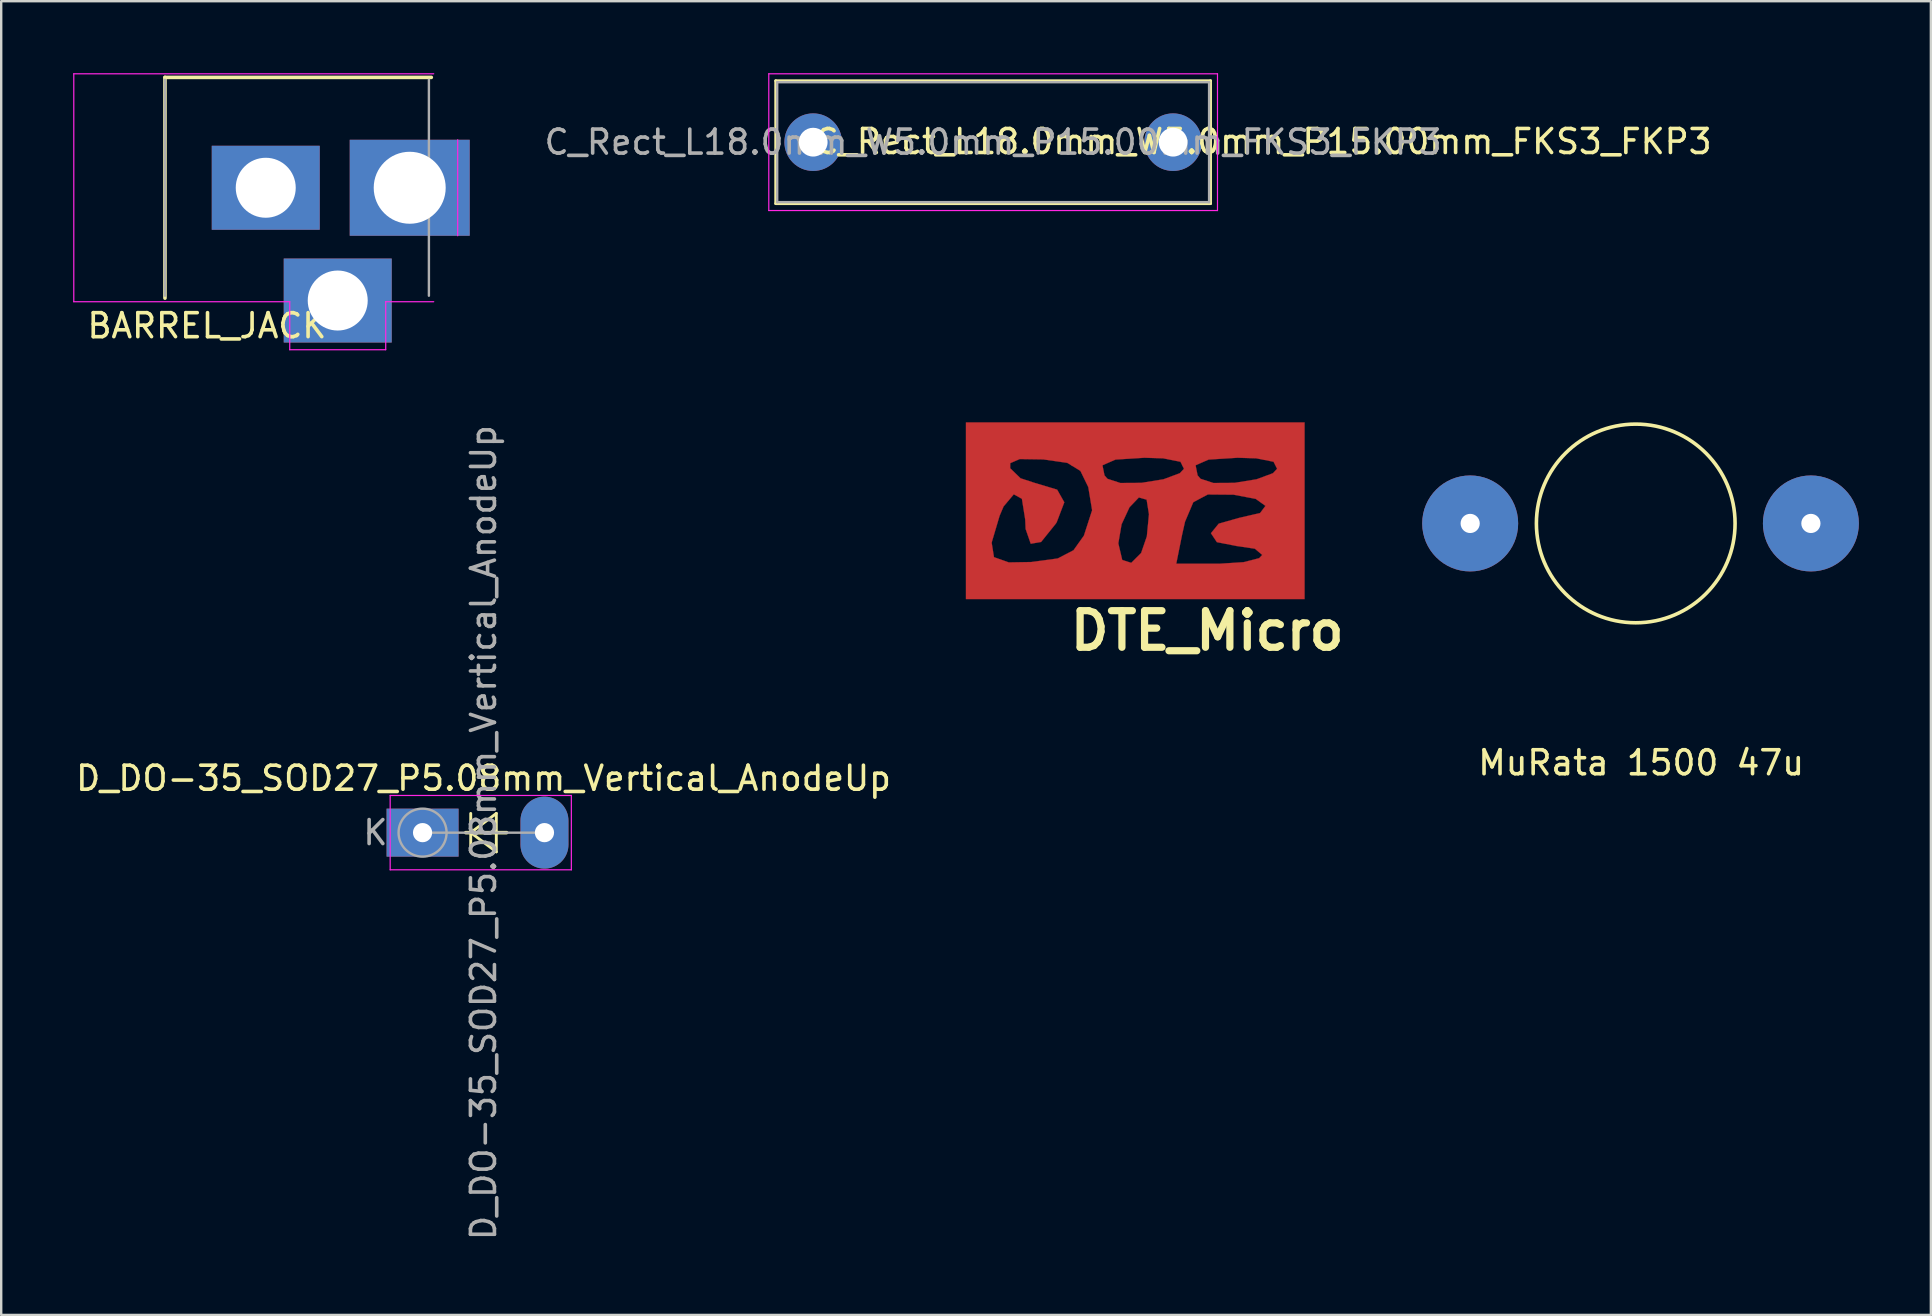
<source format=kicad_pcb>
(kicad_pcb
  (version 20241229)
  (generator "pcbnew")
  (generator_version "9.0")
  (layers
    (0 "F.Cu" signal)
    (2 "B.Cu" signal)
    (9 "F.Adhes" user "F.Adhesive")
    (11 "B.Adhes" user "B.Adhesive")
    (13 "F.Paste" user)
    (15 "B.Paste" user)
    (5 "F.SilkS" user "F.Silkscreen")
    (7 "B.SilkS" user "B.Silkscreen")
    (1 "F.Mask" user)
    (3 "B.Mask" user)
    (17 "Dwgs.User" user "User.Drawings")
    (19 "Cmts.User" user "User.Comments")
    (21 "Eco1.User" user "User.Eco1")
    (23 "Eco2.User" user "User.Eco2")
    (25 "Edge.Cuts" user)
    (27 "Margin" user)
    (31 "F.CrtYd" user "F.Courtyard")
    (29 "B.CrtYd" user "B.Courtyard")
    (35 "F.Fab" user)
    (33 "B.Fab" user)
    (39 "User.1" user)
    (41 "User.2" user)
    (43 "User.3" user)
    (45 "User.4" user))
  (footprint "DTE_Micro"
    (layer "F.Cu")
    (at 44.263 18.236)
    (property "Reference" "DTE_Micro" (at 3 5 0) (layer "F.SilkS") (effects (font (size 1.524 1.524) (thickness 0.3))))
    (attr through_hole)
    (fp_poly (pts (xy 7.056 3.681) (xy -7.056 3.681) (xy -7.056 2.209) (xy 1.708 2.209) (xy 3.5 2.209) (xy 4.515 2.143) (xy 5.165 1.976) (xy 5.292 1.841) (xy 4.985 1.582) (xy 4.247 1.472) (xy 4.233 1.472) (xy 3.401 1.308) (xy 3.154 0.936) (xy 3.479 0.538) (xy 4.322 0.299) (xy 5.202 0.095) (xy 5.427 -0.203) (xy 5.019 -0.495) (xy 4.099 -0.669) (xy 3.023 -0.678) (xy 2.419 -0.357) (xy 2.073 0.459) (xy 1.949 1.012) (xy 1.708 2.209) (xy -7.056 2.209) (xy -7.056 1.328) (xy -5.985 1.328) (xy -5.888 1.934) (xy -5.271 2.153) (xy -4.333 2.137) (xy -3.23 1.988) (xy -2.574 1.646) (xy -2.369 1.359) (xy -0.706 1.359) (xy -0.542 2.052) (xy -0.167 2.171) (xy 0.244 1.761) (xy 0.483 1.067) (xy 0.571 0.147) (xy 0.474 -0.461) (xy 0.474 -0.462) (xy 0.151 -0.554) (xy -0.24 -0.145) (xy -0.57 0.565) (xy -0.706 1.359) (xy -2.369 1.359) (xy -2.14 1.037) (xy -1.798 -0.021) (xy -1.958 -0.987) (xy -2.286 -1.661) (xy -2.667 -1.895) (xy -1.367 -1.895) (xy -1.282 -1.475) (xy -1.159 -1.332) (xy -0.624 -1.157) (xy 0.252 -1.162) (xy 1.178 -1.312) (xy 1.86 -1.566) (xy 2.03 -1.749) (xy 1.958 -1.895) (xy 2.514 -1.895) (xy 2.598 -1.475) (xy 2.721 -1.332) (xy 3.257 -1.157) (xy 4.133 -1.162) (xy 5.058 -1.312) (xy 5.741 -1.566) (xy 5.911 -1.749) (xy 5.765 -2.041) (xy 5.044 -2.185) (xy 4.263 -2.209) (xy 3.058 -2.133) (xy 2.514 -1.895) (xy 1.958 -1.895) (xy 1.885 -2.041) (xy 1.163 -2.185) (xy 0.382 -2.209) (xy -0.823 -2.133) (xy -1.367 -1.895) (xy -2.667 -1.895) (xy -2.833 -1.996) (xy -3.836 -2.14) (xy -4.814 -2.155) (xy -5.211 -1.983) (xy -5.213 -1.772) (xy -4.781 -1.353) (xy -4.206 -1.165) (xy -3.256 -0.88) (xy -2.957 -0.353) (xy -3.274 0.48) (xy -3.307 0.533) (xy -3.925 1.301) (xy -4.356 1.375) (xy -4.569 0.76) (xy -4.586 0.368) (xy -4.724 -0.497) (xy -5.062 -0.685) (xy -5.488 -0.179) (xy -5.653 0.208) (xy -5.985 1.328) (xy -7.056 1.328) (xy -7.056 -3.681) (xy 7.056 -3.681) (xy 7.056 3.681)) (stroke (width 0.01) (type solid)) (fill yes) (layer "F.Cu")))
  (footprint "D_DO-35_SOD27_P5.08mm_Vertical_AnodeUp"
    (layer "F.Cu")
    (at 14.561 31.651)
    (property "Reference" "D_DO-35_SOD27_P5.08mm_Vertical_AnodeUp" (at 2.54 -2.266 0) (layer "F.SilkS") (effects (font (size 1 1) (thickness 0.15))))
    (attr through_hole)
    (fp_line (start 1.8 0) (end 3.5 0) (stroke (width 0.15) (type solid)) (layer "F.SilkS"))
    (fp_line (start 2.007 -0.8) (end 2.007 0.8) (stroke (width 0.12) (type solid)) (layer "F.SilkS"))
    (fp_line (start 2.007 0) (end 3.073 -0.8) (stroke (width 0.12) (type solid)) (layer "F.SilkS"))
    (fp_line (start 3.073 -0.8) (end 3.073 0.8) (stroke (width 0.12) (type solid)) (layer "F.SilkS"))
    (fp_line (start 3.073 0.8) (end 2.007 0) (stroke (width 0.12) (type solid)) (layer "F.SilkS"))
    (fp_line (start -1.35 -1.55) (end -1.35 1.55) (stroke (width 0.05) (type solid)) (layer "F.CrtYd"))
    (fp_line (start -1.35 1.55) (end 6.2 1.55) (stroke (width 0.05) (type solid)) (layer "F.CrtYd"))
    (fp_line (start 6.2 -1.55) (end -1.35 -1.55) (stroke (width 0.05) (type solid)) (layer "F.CrtYd"))
    (fp_line (start 6.2 1.55) (end 6.2 -1.55) (stroke (width 0.05) (type solid)) (layer "F.CrtYd"))
    (fp_line (start 0 0) (end 5.08 0) (stroke (width 0.1) (type solid)) (layer "F.Fab"))
    (fp_circle (center 0 0) (end 1 0) (stroke (width 0.1) (type solid)) (fill no) (layer "F.Fab"))
    (fp_text user "${REFERENCE}" (at 2.54 0 90) (layer "F.Fab") (effects (font (size 1 1) (thickness 0.15))))
    (fp_text user "K" (at -1.966 0 0) (layer "F.Fab") (effects (font (size 1 1) (thickness 0.15))))
    (pad "1" thru_hole rect (at 0 0) (size 3 2) (drill 0.8) (layers "*.Cu" "*.Mask"))
    (pad "2" thru_hole oval (at 5.08 0) (size 2 3) (drill 0.8) (layers "*.Cu" "*.Mask")))
  (footprint "C_Rect_L18.0mm_W5.0mm_P15.00mm_FKS3_FKP3"
    (layer "F.Cu")
    (at 30.84 2.875)
    (property "Reference" "C_Rect_L18.0mm_W5.0mm_P15.00mm_FKS3_FKP3" (at 18.75 -0.025 0) (layer "F.SilkS") (effects (font (size 1 1) (thickness 0.15))))
    (attr through_hole)
    (fp_line (start -1.56 -2.56) (end -1.56 2.56) (stroke (width 0.12) (type solid)) (layer "F.SilkS"))
    (fp_line (start -1.56 -2.56) (end 16.56 -2.56) (stroke (width 0.12) (type solid)) (layer "F.SilkS"))
    (fp_line (start -1.56 2.56) (end 16.56 2.56) (stroke (width 0.12) (type solid)) (layer "F.SilkS"))
    (fp_line (start 16.56 -2.56) (end 16.56 2.56) (stroke (width 0.12) (type solid)) (layer "F.SilkS"))
    (fp_line (start -1.85 -2.85) (end -1.85 2.85) (stroke (width 0.05) (type solid)) (layer "F.CrtYd"))
    (fp_line (start -1.85 2.85) (end 16.85 2.85) (stroke (width 0.05) (type solid)) (layer "F.CrtYd"))
    (fp_line (start 16.85 -2.85) (end -1.85 -2.85) (stroke (width 0.05) (type solid)) (layer "F.CrtYd"))
    (fp_line (start 16.85 2.85) (end 16.85 -2.85) (stroke (width 0.05) (type solid)) (layer "F.CrtYd"))
    (fp_line (start -1.5 -2.5) (end -1.5 2.5) (stroke (width 0.1) (type solid)) (layer "F.Fab"))
    (fp_line (start -1.5 2.5) (end 16.5 2.5) (stroke (width 0.1) (type solid)) (layer "F.Fab"))
    (fp_line (start 16.5 -2.5) (end -1.5 -2.5) (stroke (width 0.1) (type solid)) (layer "F.Fab"))
    (fp_line (start 16.5 2.5) (end 16.5 -2.5) (stroke (width 0.1) (type solid)) (layer "F.Fab"))
    (fp_text user "${REFERENCE}" (at 7.5 0 0) (layer "F.Fab") (effects (font (size 1 1) (thickness 0.15))))
    (pad "1" thru_hole circle (at 0 0) (size 2.4 2.4) (drill 1.2) (layers "*.Cu" "*.Mask"))
    (pad "2" thru_hole circle (at 15 0) (size 2.4 2.4) (drill 1.2) (layers "*.Cu" "*.Mask")))
  (footprint "MuRata 1500 47u"
    (layer "F.Cu")
    (at 58.221 18.765)
    (property "Reference" "MuRata 1500 47u" (at 7.125 9.975 0) (layer "F.SilkS") (effects (font (size 1 1) (thickness 0.15))))
    (attr through_hole)
    (fp_circle (center 6.9 0) (end 9.4 -3.3) (stroke (width 0.15) (type solid)) (fill no) (layer "F.SilkS"))
    (pad "1" thru_hole circle (at 0 0) (size 4 4) (drill 0.8) (layers "*.Cu" "*.Mask"))
    (pad "2" thru_hole circle (at 14.2 0) (size 4 4) (drill 0.8) (layers "*.Cu" "*.Mask")))
  (footprint "BARREL_JACK"
    (layer "F.Cu")
    (at 14.025 4.775)
    (property "Reference" "BARREL_JACK" (at -8.45 5.75 180) (layer "F.SilkS") (effects (font (size 1 1) (thickness 0.15))))
    (attr through_hole)
    (fp_line (start -10.2 -4.6) (end -10.2 4.6) (stroke (width 0.15) (type solid)) (layer "F.SilkS"))
    (fp_line (start 0.9 -4.6) (end -10.2 -4.6) (stroke (width 0.15) (type solid)) (layer "F.SilkS"))
    (fp_line (start -14 4.75) (end -14 -4.75) (stroke (width 0.05) (type solid)) (layer "F.CrtYd"))
    (fp_line (start -5 4.75) (end -14 4.75) (stroke (width 0.05) (type solid)) (layer "F.CrtYd"))
    (fp_line (start -5 6.75) (end -5 4.75) (stroke (width 0.05) (type solid)) (layer "F.CrtYd"))
    (fp_line (start -1 4.75) (end -1 6.75) (stroke (width 0.05) (type solid)) (layer "F.CrtYd"))
    (fp_line (start -1 6.75) (end -5 6.75) (stroke (width 0.05) (type solid)) (layer "F.CrtYd"))
    (fp_line (start 1 -4.75) (end -14 -4.75) (stroke (width 0.05) (type solid)) (layer "F.CrtYd"))
    (fp_line (start 1 4.75) (end -1 4.75) (stroke (width 0.05) (type solid)) (layer "F.CrtYd"))
    (fp_line (start 2 -2) (end 2 2) (stroke (width 0.05) (type solid)) (layer "F.CrtYd"))
    (fp_line (start -10.2 -4.5) (end -10.2 4.5) (stroke (width 0.1) (type solid)) (layer "F.Fab"))
    (fp_line (start 0.8 4.5) (end 0.8 -4.5) (stroke (width 0.1) (type solid)) (layer "F.Fab"))
    (pad "1" thru_hole rect (at 0 0) (size 5 4) (drill oval 3) (layers "*.Cu" "*.Mask"))
    (pad "2" thru_hole rect (at -6 0) (size 4.5 3.5) (drill oval 2.5) (layers "*.Cu" "*.Mask"))
    (pad "3" thru_hole rect (at -3 4.7) (size 4.5 3.5) (drill oval 2.5) (layers "*.Cu" "*.Mask")))
  (gr_rect
    (start -3 -3)
    (end 77.421 51.752)
    (stroke (width 0.1) (type default))
    (fill no)
    (layer "Edge.Cuts")))
</source>
